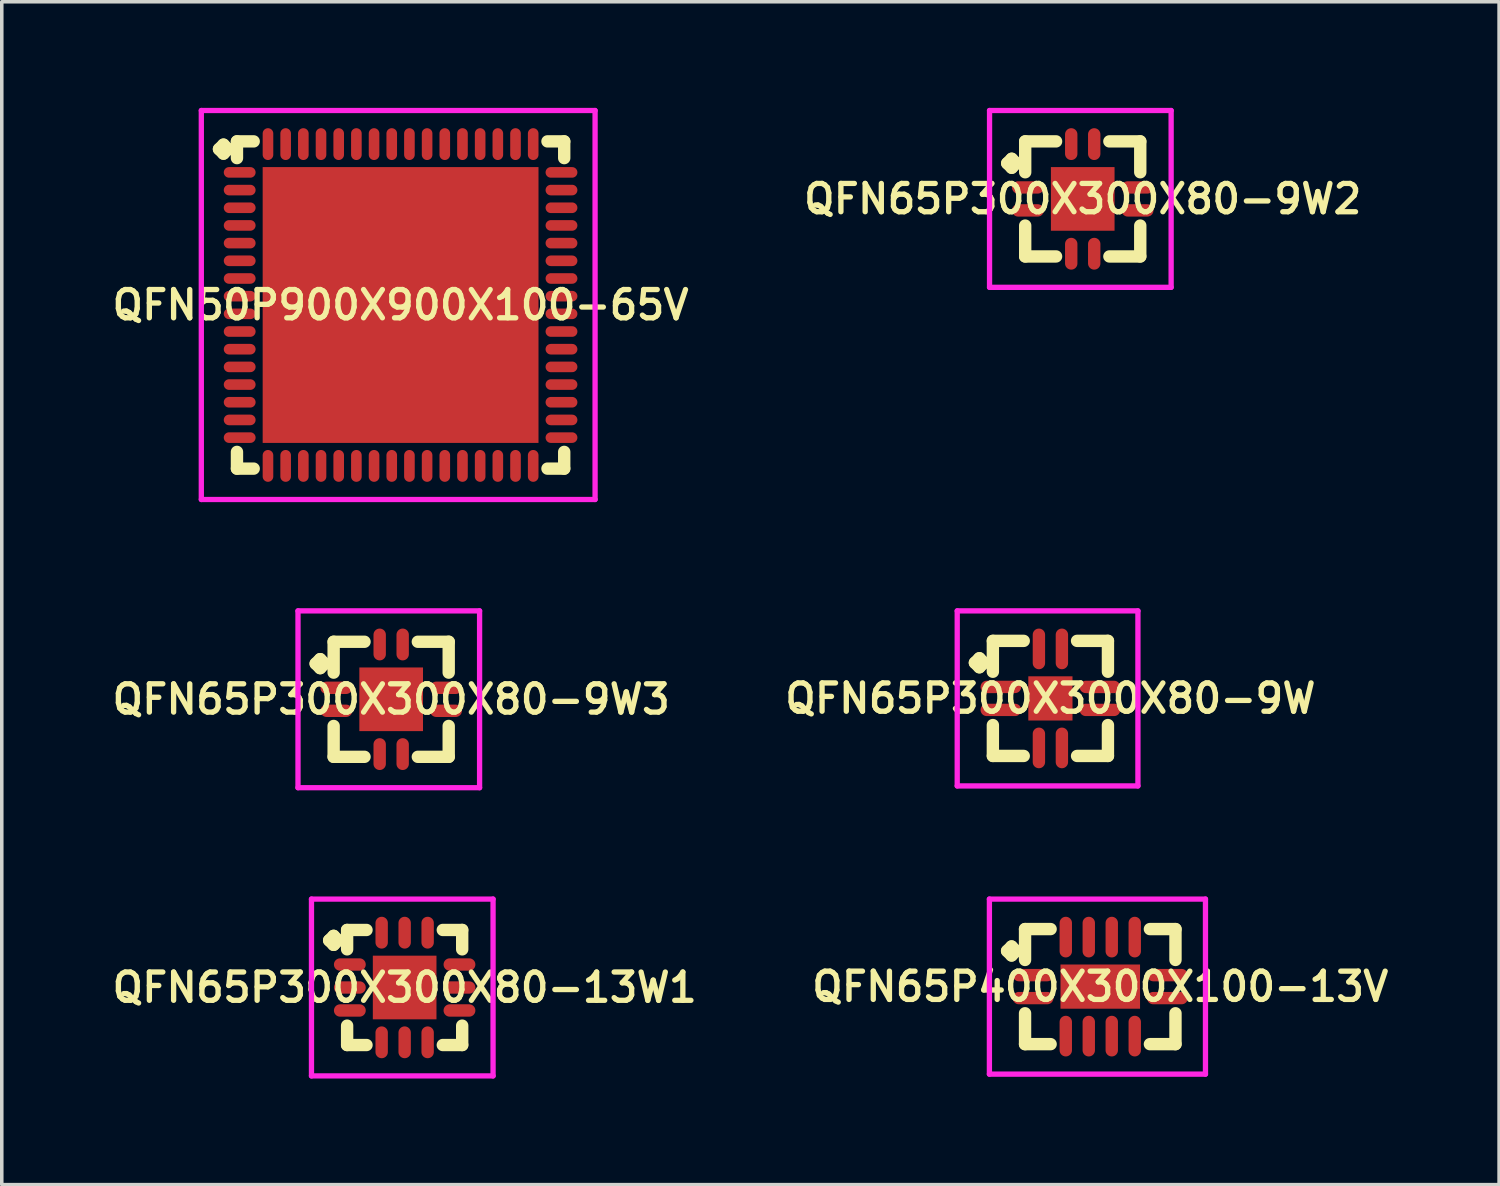
<source format=kicad_pcb>
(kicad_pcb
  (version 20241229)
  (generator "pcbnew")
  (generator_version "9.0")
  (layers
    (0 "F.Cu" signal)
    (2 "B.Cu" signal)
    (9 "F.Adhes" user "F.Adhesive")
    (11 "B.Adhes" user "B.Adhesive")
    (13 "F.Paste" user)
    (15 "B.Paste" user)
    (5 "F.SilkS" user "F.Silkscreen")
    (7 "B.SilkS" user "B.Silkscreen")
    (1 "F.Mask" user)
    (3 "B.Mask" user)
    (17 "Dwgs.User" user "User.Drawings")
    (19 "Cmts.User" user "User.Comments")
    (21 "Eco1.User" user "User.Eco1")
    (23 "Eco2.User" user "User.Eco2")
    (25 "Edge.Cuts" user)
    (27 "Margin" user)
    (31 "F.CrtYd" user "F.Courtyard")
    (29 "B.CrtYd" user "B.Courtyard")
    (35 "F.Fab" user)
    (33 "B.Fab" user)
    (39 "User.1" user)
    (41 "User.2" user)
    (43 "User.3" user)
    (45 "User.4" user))
  (footprint "QFN65P400X300X100-13V"
    (layer "F.Cu")
    (at 28.064 24.85)
    (property "Reference" "QFN65P400X300X100-13V" (at 0 0 0) (layer "F.SilkS") (effects (font (size 0.8 0.8) (thickness 0.15))))
    (attr smd)
    (fp_line (start -2.635 -1.008) (end -2.508 -1.135) (stroke (width 0.35) (type solid)) (layer "F.SilkS"))
    (fp_line (start -2.508 -1.135) (end -2.381 -1.008) (stroke (width 0.35) (type solid)) (layer "F.SilkS"))
    (fp_line (start -2.508 -0.881) (end -2.635 -1.008) (stroke (width 0.35) (type solid)) (layer "F.SilkS"))
    (fp_line (start -2.381 -1.008) (end -2.508 -0.881) (stroke (width 0.35) (type solid)) (layer "F.SilkS"))
    (fp_line (start -2.127 -1.627) (end -1.404 -1.627) (stroke (width 0.35) (type solid)) (layer "F.SilkS"))
    (fp_line (start -2.127 -0.754) (end -2.127 -1.627) (stroke (width 0.35) (type solid)) (layer "F.SilkS"))
    (fp_line (start -2.127 0.754) (end -2.127 1.627) (stroke (width 0.35) (type solid)) (layer "F.SilkS"))
    (fp_line (start -2.127 1.627) (end -1.404 1.627) (stroke (width 0.35) (type solid)) (layer "F.SilkS"))
    (fp_line (start 1.404 -1.627) (end 2.127 -1.627) (stroke (width 0.35) (type solid)) (layer "F.SilkS"))
    (fp_line (start 1.404 1.627) (end 2.127 1.627) (stroke (width 0.35) (type solid)) (layer "F.SilkS"))
    (fp_line (start 2.127 -1.627) (end 2.127 -0.754) (stroke (width 0.35) (type solid)) (layer "F.SilkS"))
    (fp_line (start 2.127 1.627) (end 2.127 0.754) (stroke (width 0.35) (type solid)) (layer "F.SilkS"))
    (fp_line (start -3.135 -2.475) (end 2.975 -2.475) (stroke (width 0.15) (type solid)) (layer "F.CrtYd"))
    (fp_line (start -3.135 2.475) (end -3.135 -2.475) (stroke (width 0.15) (type solid)) (layer "F.CrtYd"))
    (fp_line (start 2.975 -2.475) (end 2.975 2.475) (stroke (width 0.15) (type solid)) (layer "F.CrtYd"))
    (fp_line (start 2.975 2.475) (end -3.135 2.475) (stroke (width 0.15) (type solid)) (layer "F.CrtYd"))
    (pad "1" smd oval (at -1.9 -0.325) (size 1.15 0.35) (layers "F.Cu" "F.Mask" "F.Paste"))
    (pad "2" smd oval (at -1.9 0.325) (size 1.15 0.35) (layers "F.Cu" "F.Mask" "F.Paste"))
    (pad "3" smd oval (at -0.975 1.4) (size 0.35 1.15) (layers "F.Cu" "F.Mask" "F.Paste"))
    (pad "4" smd oval (at -0.325 1.4) (size 0.35 1.15) (layers "F.Cu" "F.Mask" "F.Paste"))
    (pad "5" smd oval (at 0.325 1.4) (size 0.35 1.15) (layers "F.Cu" "F.Mask" "F.Paste"))
    (pad "6" smd oval (at 0.975 1.4) (size 0.35 1.15) (layers "F.Cu" "F.Mask" "F.Paste"))
    (pad "7" smd oval (at 1.9 0.325) (size 1.15 0.35) (layers "F.Cu" "F.Mask" "F.Paste"))
    (pad "8" smd oval (at 1.9 -0.325) (size 1.15 0.35) (layers "F.Cu" "F.Mask" "F.Paste"))
    (pad "9" smd oval (at 0.975 -1.4) (size 0.35 1.15) (layers "F.Cu" "F.Mask" "F.Paste"))
    (pad "10" smd oval (at 0.325 -1.4) (size 0.35 1.15) (layers "F.Cu" "F.Mask" "F.Paste"))
    (pad "11" smd oval (at -0.325 -1.4) (size 0.35 1.15) (layers "F.Cu" "F.Mask" "F.Paste"))
    (pad "12" smd oval (at -0.975 -1.4) (size 0.35 1.15) (layers "F.Cu" "F.Mask" "F.Paste"))
    (pad "13" smd rect (at 0 0) (size 2.25 1.25) (layers "F.Cu" "F.Mask" "F.Paste")))
  (footprint "QFN65P300X300X80-9W"
    (layer "F.Cu")
    (at 26.654 16.7)
    (property "Reference" "QFN65P300X300X80-9W" (at 0 0 0) (layer "F.SilkS") (effects (font (size 0.8 0.8) (thickness 0.15))))
    (attr smd)
    (fp_line (start -2.135 -1.008) (end -2.008 -1.135) (stroke (width 0.35) (type solid)) (layer "F.SilkS"))
    (fp_line (start -2.008 -1.135) (end -1.881 -1.008) (stroke (width 0.35) (type solid)) (layer "F.SilkS"))
    (fp_line (start -2.008 -0.881) (end -2.135 -1.008) (stroke (width 0.35) (type solid)) (layer "F.SilkS"))
    (fp_line (start -1.881 -1.008) (end -2.008 -0.881) (stroke (width 0.35) (type solid)) (layer "F.SilkS"))
    (fp_line (start -1.627 -1.627) (end -0.754 -1.627) (stroke (width 0.35) (type solid)) (layer "F.SilkS"))
    (fp_line (start -1.627 -0.754) (end -1.627 -1.627) (stroke (width 0.35) (type solid)) (layer "F.SilkS"))
    (fp_line (start -1.627 0.754) (end -1.627 1.627) (stroke (width 0.35) (type solid)) (layer "F.SilkS"))
    (fp_line (start -1.627 1.627) (end -0.754 1.627) (stroke (width 0.35) (type solid)) (layer "F.SilkS"))
    (fp_line (start 0.754 -1.627) (end 1.627 -1.627) (stroke (width 0.35) (type solid)) (layer "F.SilkS"))
    (fp_line (start 0.754 1.627) (end 1.627 1.627) (stroke (width 0.35) (type solid)) (layer "F.SilkS"))
    (fp_line (start 1.627 -1.627) (end 1.627 -0.754) (stroke (width 0.35) (type solid)) (layer "F.SilkS"))
    (fp_line (start 1.627 1.627) (end 1.627 0.754) (stroke (width 0.35) (type solid)) (layer "F.SilkS"))
    (fp_line (start -2.635 -2.475) (end 2.475 -2.475) (stroke (width 0.15) (type solid)) (layer "F.CrtYd"))
    (fp_line (start -2.635 2.475) (end -2.635 -2.475) (stroke (width 0.15) (type solid)) (layer "F.CrtYd"))
    (fp_line (start 2.475 -2.475) (end 2.475 2.475) (stroke (width 0.15) (type solid)) (layer "F.CrtYd"))
    (fp_line (start 2.475 2.475) (end -2.635 2.475) (stroke (width 0.15) (type solid)) (layer "F.CrtYd"))
    (pad "1" smd oval (at -1.4 -0.325) (size 1.15 0.35) (layers "F.Cu" "F.Mask" "F.Paste"))
    (pad "2" smd oval (at -1.4 0.325) (size 1.15 0.35) (layers "F.Cu" "F.Mask" "F.Paste"))
    (pad "3" smd oval (at -0.325 1.4) (size 0.35 1.15) (layers "F.Cu" "F.Mask" "F.Paste"))
    (pad "4" smd oval (at 0.325 1.4) (size 0.35 1.15) (layers "F.Cu" "F.Mask" "F.Paste"))
    (pad "5" smd oval (at 1.4 0.325) (size 1.15 0.35) (layers "F.Cu" "F.Mask" "F.Paste"))
    (pad "6" smd oval (at 1.4 -0.325) (size 1.15 0.35) (layers "F.Cu" "F.Mask" "F.Paste"))
    (pad "7" smd oval (at 0.325 -1.4) (size 0.35 1.15) (layers "F.Cu" "F.Mask" "F.Paste"))
    (pad "8" smd oval (at -0.325 -1.4) (size 0.35 1.15) (layers "F.Cu" "F.Mask" "F.Paste"))
    (pad "9" smd rect (at 0 0) (size 1.25 1.25) (layers "F.Cu" "F.Mask" "F.Paste")))
  (footprint "QFN65P300X300X80-9W2"
    (layer "F.Cu")
    (at 27.568 2.575)
    (property "Reference" "QFN65P300X300X80-9W2" (at 0 0 0) (layer "F.SilkS") (effects (font (size 0.8 0.8) (thickness 0.15))))
    (attr smd)
    (fp_line (start -2.135 -1.008) (end -2.008 -1.135) (stroke (width 0.35) (type solid)) (layer "F.SilkS"))
    (fp_line (start -2.008 -1.135) (end -1.881 -1.008) (stroke (width 0.35) (type solid)) (layer "F.SilkS"))
    (fp_line (start -2.008 -0.881) (end -2.135 -1.008) (stroke (width 0.35) (type solid)) (layer "F.SilkS"))
    (fp_line (start -1.881 -1.008) (end -2.008 -0.881) (stroke (width 0.35) (type solid)) (layer "F.SilkS"))
    (fp_line (start -1.627 -1.627) (end -0.754 -1.627) (stroke (width 0.35) (type solid)) (layer "F.SilkS"))
    (fp_line (start -1.627 -0.754) (end -1.627 -1.627) (stroke (width 0.35) (type solid)) (layer "F.SilkS"))
    (fp_line (start -1.627 0.754) (end -1.627 1.627) (stroke (width 0.35) (type solid)) (layer "F.SilkS"))
    (fp_line (start -1.627 1.627) (end -0.754 1.627) (stroke (width 0.35) (type solid)) (layer "F.SilkS"))
    (fp_line (start 0.754 -1.627) (end 1.627 -1.627) (stroke (width 0.35) (type solid)) (layer "F.SilkS"))
    (fp_line (start 0.754 1.627) (end 1.627 1.627) (stroke (width 0.35) (type solid)) (layer "F.SilkS"))
    (fp_line (start 1.627 -1.627) (end 1.627 -0.754) (stroke (width 0.35) (type solid)) (layer "F.SilkS"))
    (fp_line (start 1.627 1.627) (end 1.627 0.754) (stroke (width 0.35) (type solid)) (layer "F.SilkS"))
    (fp_line (start -2.635 -2.5) (end 2.5 -2.5) (stroke (width 0.15) (type solid)) (layer "F.CrtYd"))
    (fp_line (start -2.635 2.5) (end -2.635 -2.5) (stroke (width 0.15) (type solid)) (layer "F.CrtYd"))
    (fp_line (start 2.5 -2.5) (end 2.5 2.5) (stroke (width 0.15) (type solid)) (layer "F.CrtYd"))
    (fp_line (start 2.5 2.5) (end -2.635 2.5) (stroke (width 0.15) (type solid)) (layer "F.CrtYd"))
    (pad "1" smd oval (at -1.55 -0.325) (size 0.9 0.35) (layers "F.Cu" "F.Mask" "F.Paste"))
    (pad "2" smd oval (at -1.55 0.325) (size 0.9 0.35) (layers "F.Cu" "F.Mask" "F.Paste"))
    (pad "3" smd oval (at -0.325 1.55) (size 0.35 0.9) (layers "F.Cu" "F.Mask" "F.Paste"))
    (pad "4" smd oval (at 0.325 1.55) (size 0.35 0.9) (layers "F.Cu" "F.Mask" "F.Paste"))
    (pad "5" smd oval (at 1.55 0.325) (size 0.9 0.35) (layers "F.Cu" "F.Mask" "F.Paste"))
    (pad "6" smd oval (at 1.55 -0.325) (size 0.9 0.35) (layers "F.Cu" "F.Mask" "F.Paste"))
    (pad "7" smd oval (at 0.325 -1.55) (size 0.35 0.9) (layers "F.Cu" "F.Mask" "F.Paste"))
    (pad "8" smd oval (at -0.325 -1.55) (size 0.35 0.9) (layers "F.Cu" "F.Mask" "F.Paste"))
    (pad "9" smd rect (at 0 0) (size 1.8 1.8) (layers "F.Cu" "F.Mask" "F.Paste")))
  (footprint "QFN65P300X300X80-13W1"
    (layer "F.Cu")
    (at 8.393 24.875)
    (property "Reference" "QFN65P300X300X80-13W1" (at 0 0 0) (layer "F.SilkS") (effects (font (size 0.8 0.8) (thickness 0.15))))
    (attr smd)
    (fp_line (start -2.135 -1.333) (end -2.008 -1.46) (stroke (width 0.35) (type solid)) (layer "F.SilkS"))
    (fp_line (start -2.008 -1.46) (end -1.881 -1.333) (stroke (width 0.35) (type solid)) (layer "F.SilkS"))
    (fp_line (start -2.008 -1.206) (end -2.135 -1.333) (stroke (width 0.35) (type solid)) (layer "F.SilkS"))
    (fp_line (start -1.881 -1.333) (end -2.008 -1.206) (stroke (width 0.35) (type solid)) (layer "F.SilkS"))
    (fp_line (start -1.627 -1.627) (end -1.079 -1.627) (stroke (width 0.35) (type solid)) (layer "F.SilkS"))
    (fp_line (start -1.627 -1.079) (end -1.627 -1.627) (stroke (width 0.35) (type solid)) (layer "F.SilkS"))
    (fp_line (start -1.627 1.079) (end -1.627 1.627) (stroke (width 0.35) (type solid)) (layer "F.SilkS"))
    (fp_line (start -1.627 1.627) (end -1.079 1.627) (stroke (width 0.35) (type solid)) (layer "F.SilkS"))
    (fp_line (start 1.079 -1.627) (end 1.627 -1.627) (stroke (width 0.35) (type solid)) (layer "F.SilkS"))
    (fp_line (start 1.079 1.627) (end 1.627 1.627) (stroke (width 0.35) (type solid)) (layer "F.SilkS"))
    (fp_line (start 1.627 -1.627) (end 1.627 -1.079) (stroke (width 0.35) (type solid)) (layer "F.SilkS"))
    (fp_line (start 1.627 1.627) (end 1.627 1.079) (stroke (width 0.35) (type solid)) (layer "F.SilkS"))
    (fp_line (start -2.635 -2.5) (end 2.5 -2.5) (stroke (width 0.15) (type solid)) (layer "F.CrtYd"))
    (fp_line (start -2.635 2.5) (end -2.635 -2.5) (stroke (width 0.15) (type solid)) (layer "F.CrtYd"))
    (fp_line (start 2.5 -2.5) (end 2.5 2.5) (stroke (width 0.15) (type solid)) (layer "F.CrtYd"))
    (fp_line (start 2.5 2.5) (end -2.635 2.5) (stroke (width 0.15) (type solid)) (layer "F.CrtYd"))
    (pad "1" smd oval (at -1.55 -0.65) (size 0.9 0.35) (layers "F.Cu" "F.Mask" "F.Paste"))
    (pad "2" smd oval (at -1.55 0) (size 0.9 0.35) (layers "F.Cu" "F.Mask" "F.Paste"))
    (pad "3" smd oval (at -1.55 0.65) (size 0.9 0.35) (layers "F.Cu" "F.Mask" "F.Paste"))
    (pad "4" smd oval (at -0.65 1.55) (size 0.35 0.9) (layers "F.Cu" "F.Mask" "F.Paste"))
    (pad "5" smd oval (at 0 1.55) (size 0.35 0.9) (layers "F.Cu" "F.Mask" "F.Paste"))
    (pad "6" smd oval (at 0.65 1.55) (size 0.35 0.9) (layers "F.Cu" "F.Mask" "F.Paste"))
    (pad "7" smd oval (at 1.55 0.65) (size 0.9 0.35) (layers "F.Cu" "F.Mask" "F.Paste"))
    (pad "8" smd oval (at 1.55 0) (size 0.9 0.35) (layers "F.Cu" "F.Mask" "F.Paste"))
    (pad "9" smd oval (at 1.55 -0.65) (size 0.9 0.35) (layers "F.Cu" "F.Mask" "F.Paste"))
    (pad "10" smd oval (at 0.65 -1.55) (size 0.35 0.9) (layers "F.Cu" "F.Mask" "F.Paste"))
    (pad "11" smd oval (at 0 -1.55) (size 0.35 0.9) (layers "F.Cu" "F.Mask" "F.Paste"))
    (pad "12" smd oval (at -0.65 -1.55) (size 0.35 0.9) (layers "F.Cu" "F.Mask" "F.Paste"))
    (pad "13" smd rect (at 0 0) (size 1.8 1.8) (layers "F.Cu" "F.Mask" "F.Paste")))
  (footprint "QFN65P300X300X80-9W3"
    (layer "F.Cu")
    (at 8.012 16.725)
    (property "Reference" "QFN65P300X300X80-9W3" (at 0 0 0) (layer "F.SilkS") (effects (font (size 0.8 0.8) (thickness 0.15))))
    (attr smd)
    (fp_line (start -2.135 -1.008) (end -2.008 -1.135) (stroke (width 0.35) (type solid)) (layer "F.SilkS"))
    (fp_line (start -2.008 -1.135) (end -1.881 -1.008) (stroke (width 0.35) (type solid)) (layer "F.SilkS"))
    (fp_line (start -2.008 -0.881) (end -2.135 -1.008) (stroke (width 0.35) (type solid)) (layer "F.SilkS"))
    (fp_line (start -1.881 -1.008) (end -2.008 -0.881) (stroke (width 0.35) (type solid)) (layer "F.SilkS"))
    (fp_line (start -1.627 -1.627) (end -0.754 -1.627) (stroke (width 0.35) (type solid)) (layer "F.SilkS"))
    (fp_line (start -1.627 -0.754) (end -1.627 -1.627) (stroke (width 0.35) (type solid)) (layer "F.SilkS"))
    (fp_line (start -1.627 0.754) (end -1.627 1.627) (stroke (width 0.35) (type solid)) (layer "F.SilkS"))
    (fp_line (start -1.627 1.627) (end -0.754 1.627) (stroke (width 0.35) (type solid)) (layer "F.SilkS"))
    (fp_line (start 0.754 -1.627) (end 1.627 -1.627) (stroke (width 0.35) (type solid)) (layer "F.SilkS"))
    (fp_line (start 0.754 1.627) (end 1.627 1.627) (stroke (width 0.35) (type solid)) (layer "F.SilkS"))
    (fp_line (start 1.627 -1.627) (end 1.627 -0.754) (stroke (width 0.35) (type solid)) (layer "F.SilkS"))
    (fp_line (start 1.627 1.627) (end 1.627 0.754) (stroke (width 0.35) (type solid)) (layer "F.SilkS"))
    (fp_line (start -2.635 -2.5) (end 2.5 -2.5) (stroke (width 0.15) (type solid)) (layer "F.CrtYd"))
    (fp_line (start -2.635 2.5) (end -2.635 -2.5) (stroke (width 0.15) (type solid)) (layer "F.CrtYd"))
    (fp_line (start 2.5 -2.5) (end 2.5 2.5) (stroke (width 0.15) (type solid)) (layer "F.CrtYd"))
    (fp_line (start 2.5 2.5) (end -2.635 2.5) (stroke (width 0.15) (type solid)) (layer "F.CrtYd"))
    (pad "1" smd oval (at -1.55 -0.325) (size 0.9 0.35) (layers "F.Cu" "F.Mask" "F.Paste"))
    (pad "2" smd oval (at -1.55 0.325) (size 0.9 0.35) (layers "F.Cu" "F.Mask" "F.Paste"))
    (pad "3" smd oval (at -0.325 1.55) (size 0.35 0.9) (layers "F.Cu" "F.Mask" "F.Paste"))
    (pad "4" smd oval (at 0.325 1.55) (size 0.35 0.9) (layers "F.Cu" "F.Mask" "F.Paste"))
    (pad "5" smd oval (at 1.55 0.325) (size 0.9 0.35) (layers "F.Cu" "F.Mask" "F.Paste"))
    (pad "6" smd oval (at 1.55 -0.325) (size 0.9 0.35) (layers "F.Cu" "F.Mask" "F.Paste"))
    (pad "7" smd oval (at 0.325 -1.55) (size 0.35 0.9) (layers "F.Cu" "F.Mask" "F.Paste"))
    (pad "8" smd oval (at -0.325 -1.55) (size 0.35 0.9) (layers "F.Cu" "F.Mask" "F.Paste"))
    (pad "9" smd rect (at 0 0) (size 1.8 1.8) (layers "F.Cu" "F.Mask" "F.Paste")))
  (footprint "QFN50P900X900X100-65V"
    (layer "F.Cu")
    (at 8.278 5.575)
    (property "Reference" "QFN50P900X900X100-65V" (at 0 0 0) (layer "F.SilkS") (effects (font (size 0.8 0.8) (thickness 0.15))))
    (attr smd)
    (fp_line (start -5.135 -4.408) (end -5.008 -4.535) (stroke (width 0.35) (type solid)) (layer "F.SilkS"))
    (fp_line (start -5.008 -4.535) (end -4.881 -4.408) (stroke (width 0.35) (type solid)) (layer "F.SilkS"))
    (fp_line (start -5.008 -4.281) (end -5.135 -4.408) (stroke (width 0.35) (type solid)) (layer "F.SilkS"))
    (fp_line (start -4.881 -4.408) (end -5.008 -4.281) (stroke (width 0.35) (type solid)) (layer "F.SilkS"))
    (fp_line (start -4.627 -4.627) (end -4.154 -4.627) (stroke (width 0.35) (type solid)) (layer "F.SilkS"))
    (fp_line (start -4.627 -4.154) (end -4.627 -4.627) (stroke (width 0.35) (type solid)) (layer "F.SilkS"))
    (fp_line (start -4.627 4.154) (end -4.627 4.627) (stroke (width 0.35) (type solid)) (layer "F.SilkS"))
    (fp_line (start -4.627 4.627) (end -4.154 4.627) (stroke (width 0.35) (type solid)) (layer "F.SilkS"))
    (fp_line (start 4.154 -4.627) (end 4.627 -4.627) (stroke (width 0.35) (type solid)) (layer "F.SilkS"))
    (fp_line (start 4.154 4.627) (end 4.627 4.627) (stroke (width 0.35) (type solid)) (layer "F.SilkS"))
    (fp_line (start 4.627 -4.627) (end 4.627 -4.154) (stroke (width 0.35) (type solid)) (layer "F.SilkS"))
    (fp_line (start 4.627 4.627) (end 4.627 4.154) (stroke (width 0.35) (type solid)) (layer "F.SilkS"))
    (fp_line (start -5.635 -5.5) (end 5.5 -5.5) (stroke (width 0.15) (type solid)) (layer "F.CrtYd"))
    (fp_line (start -5.635 5.5) (end -5.635 -5.5) (stroke (width 0.15) (type solid)) (layer "F.CrtYd"))
    (fp_line (start 5.5 -5.5) (end 5.5 5.5) (stroke (width 0.15) (type solid)) (layer "F.CrtYd"))
    (fp_line (start 5.5 5.5) (end -5.635 5.5) (stroke (width 0.15) (type solid)) (layer "F.CrtYd"))
    (pad "1" smd oval (at -4.55 -3.75) (size 0.9 0.3) (layers "F.Cu" "F.Mask" "F.Paste"))
    (pad "2" smd oval (at -4.55 -3.25) (size 0.9 0.3) (layers "F.Cu" "F.Mask" "F.Paste"))
    (pad "3" smd oval (at -4.55 -2.75) (size 0.9 0.3) (layers "F.Cu" "F.Mask" "F.Paste"))
    (pad "4" smd oval (at -4.55 -2.25) (size 0.9 0.3) (layers "F.Cu" "F.Mask" "F.Paste"))
    (pad "5" smd oval (at -4.55 -1.75) (size 0.9 0.3) (layers "F.Cu" "F.Mask" "F.Paste"))
    (pad "6" smd oval (at -4.55 -1.25) (size 0.9 0.3) (layers "F.Cu" "F.Mask" "F.Paste"))
    (pad "7" smd oval (at -4.55 -0.75) (size 0.9 0.3) (layers "F.Cu" "F.Mask" "F.Paste"))
    (pad "8" smd oval (at -4.55 -0.25) (size 0.9 0.3) (layers "F.Cu" "F.Mask" "F.Paste"))
    (pad "9" smd oval (at -4.55 0.25) (size 0.9 0.3) (layers "F.Cu" "F.Mask" "F.Paste"))
    (pad "10" smd oval (at -4.55 0.75) (size 0.9 0.3) (layers "F.Cu" "F.Mask" "F.Paste"))
    (pad "11" smd oval (at -4.55 1.25) (size 0.9 0.3) (layers "F.Cu" "F.Mask" "F.Paste"))
    (pad "12" smd oval (at -4.55 1.75) (size 0.9 0.3) (layers "F.Cu" "F.Mask" "F.Paste"))
    (pad "13" smd oval (at -4.55 2.25) (size 0.9 0.3) (layers "F.Cu" "F.Mask" "F.Paste"))
    (pad "14" smd oval (at -4.55 2.75) (size 0.9 0.3) (layers "F.Cu" "F.Mask" "F.Paste"))
    (pad "15" smd oval (at -4.55 3.25) (size 0.9 0.3) (layers "F.Cu" "F.Mask" "F.Paste"))
    (pad "16" smd oval (at -4.55 3.75) (size 0.9 0.3) (layers "F.Cu" "F.Mask" "F.Paste"))
    (pad "17" smd oval (at -3.75 4.55) (size 0.3 0.9) (layers "F.Cu" "F.Mask" "F.Paste"))
    (pad "18" smd oval (at -3.25 4.55) (size 0.3 0.9) (layers "F.Cu" "F.Mask" "F.Paste"))
    (pad "19" smd oval (at -2.75 4.55) (size 0.3 0.9) (layers "F.Cu" "F.Mask" "F.Paste"))
    (pad "20" smd oval (at -2.25 4.55) (size 0.3 0.9) (layers "F.Cu" "F.Mask" "F.Paste"))
    (pad "21" smd oval (at -1.75 4.55) (size 0.3 0.9) (layers "F.Cu" "F.Mask" "F.Paste"))
    (pad "22" smd oval (at -1.25 4.55) (size 0.3 0.9) (layers "F.Cu" "F.Mask" "F.Paste"))
    (pad "23" smd oval (at -0.75 4.55) (size 0.3 0.9) (layers "F.Cu" "F.Mask" "F.Paste"))
    (pad "24" smd oval (at -0.25 4.55) (size 0.3 0.9) (layers "F.Cu" "F.Mask" "F.Paste"))
    (pad "25" smd oval (at 0.25 4.55) (size 0.3 0.9) (layers "F.Cu" "F.Mask" "F.Paste"))
    (pad "26" smd oval (at 0.75 4.55) (size 0.3 0.9) (layers "F.Cu" "F.Mask" "F.Paste"))
    (pad "27" smd oval (at 1.25 4.55) (size 0.3 0.9) (layers "F.Cu" "F.Mask" "F.Paste"))
    (pad "28" smd oval (at 1.75 4.55) (size 0.3 0.9) (layers "F.Cu" "F.Mask" "F.Paste"))
    (pad "29" smd oval (at 2.25 4.55) (size 0.3 0.9) (layers "F.Cu" "F.Mask" "F.Paste"))
    (pad "30" smd oval (at 2.75 4.55) (size 0.3 0.9) (layers "F.Cu" "F.Mask" "F.Paste"))
    (pad "31" smd oval (at 3.25 4.55) (size 0.3 0.9) (layers "F.Cu" "F.Mask" "F.Paste"))
    (pad "32" smd oval (at 3.75 4.55) (size 0.3 0.9) (layers "F.Cu" "F.Mask" "F.Paste"))
    (pad "33" smd oval (at 4.55 3.75) (size 0.9 0.3) (layers "F.Cu" "F.Mask" "F.Paste"))
    (pad "34" smd oval (at 4.55 3.25) (size 0.9 0.3) (layers "F.Cu" "F.Mask" "F.Paste"))
    (pad "35" smd oval (at 4.55 2.75) (size 0.9 0.3) (layers "F.Cu" "F.Mask" "F.Paste"))
    (pad "36" smd oval (at 4.55 2.25) (size 0.9 0.3) (layers "F.Cu" "F.Mask" "F.Paste"))
    (pad "37" smd oval (at 4.55 1.75) (size 0.9 0.3) (layers "F.Cu" "F.Mask" "F.Paste"))
    (pad "38" smd oval (at 4.55 1.25) (size 0.9 0.3) (layers "F.Cu" "F.Mask" "F.Paste"))
    (pad "39" smd oval (at 4.55 0.75) (size 0.9 0.3) (layers "F.Cu" "F.Mask" "F.Paste"))
    (pad "40" smd oval (at 4.55 0.25) (size 0.9 0.3) (layers "F.Cu" "F.Mask" "F.Paste"))
    (pad "41" smd oval (at 4.55 -0.25) (size 0.9 0.3) (layers "F.Cu" "F.Mask" "F.Paste"))
    (pad "42" smd oval (at 4.55 -0.75) (size 0.9 0.3) (layers "F.Cu" "F.Mask" "F.Paste"))
    (pad "43" smd oval (at 4.55 -1.25) (size 0.9 0.3) (layers "F.Cu" "F.Mask" "F.Paste"))
    (pad "44" smd oval (at 4.55 -1.75) (size 0.9 0.3) (layers "F.Cu" "F.Mask" "F.Paste"))
    (pad "45" smd oval (at 4.55 -2.25) (size 0.9 0.3) (layers "F.Cu" "F.Mask" "F.Paste"))
    (pad "46" smd oval (at 4.55 -2.75) (size 0.9 0.3) (layers "F.Cu" "F.Mask" "F.Paste"))
    (pad "47" smd oval (at 4.55 -3.25) (size 0.9 0.3) (layers "F.Cu" "F.Mask" "F.Paste"))
    (pad "48" smd oval (at 4.55 -3.75) (size 0.9 0.3) (layers "F.Cu" "F.Mask" "F.Paste"))
    (pad "49" smd oval (at 3.75 -4.55) (size 0.3 0.9) (layers "F.Cu" "F.Mask" "F.Paste"))
    (pad "50" smd oval (at 3.25 -4.55) (size 0.3 0.9) (layers "F.Cu" "F.Mask" "F.Paste"))
    (pad "51" smd oval (at 2.75 -4.55) (size 0.3 0.9) (layers "F.Cu" "F.Mask" "F.Paste"))
    (pad "52" smd oval (at 2.25 -4.55) (size 0.3 0.9) (layers "F.Cu" "F.Mask" "F.Paste"))
    (pad "53" smd oval (at 1.75 -4.55) (size 0.3 0.9) (layers "F.Cu" "F.Mask" "F.Paste"))
    (pad "54" smd oval (at 1.25 -4.55) (size 0.3 0.9) (layers "F.Cu" "F.Mask" "F.Paste"))
    (pad "55" smd oval (at 0.75 -4.55) (size 0.3 0.9) (layers "F.Cu" "F.Mask" "F.Paste"))
    (pad "56" smd oval (at 0.25 -4.55) (size 0.3 0.9) (layers "F.Cu" "F.Mask" "F.Paste"))
    (pad "57" smd oval (at -0.25 -4.55) (size 0.3 0.9) (layers "F.Cu" "F.Mask" "F.Paste"))
    (pad "58" smd oval (at -0.75 -4.55) (size 0.3 0.9) (layers "F.Cu" "F.Mask" "F.Paste"))
    (pad "59" smd oval (at -1.25 -4.55) (size 0.3 0.9) (layers "F.Cu" "F.Mask" "F.Paste"))
    (pad "60" smd oval (at -1.75 -4.55) (size 0.3 0.9) (layers "F.Cu" "F.Mask" "F.Paste"))
    (pad "61" smd oval (at -2.25 -4.55) (size 0.3 0.9) (layers "F.Cu" "F.Mask" "F.Paste"))
    (pad "62" smd oval (at -2.75 -4.55) (size 0.3 0.9) (layers "F.Cu" "F.Mask" "F.Paste"))
    (pad "63" smd oval (at -3.25 -4.55) (size 0.3 0.9) (layers "F.Cu" "F.Mask" "F.Paste"))
    (pad "64" smd oval (at -3.75 -4.55) (size 0.3 0.9) (layers "F.Cu" "F.Mask" "F.Paste"))
    (pad "65" smd rect (at 0 0) (size 7.8 7.8) (layers "F.Cu" "F.Mask" "F.Paste")))
  (gr_rect
    (start -3 -3)
    (end 39.342 30.45)
    (stroke (width 0.1) (type default))
    (fill no)
    (layer "Edge.Cuts")))
</source>
